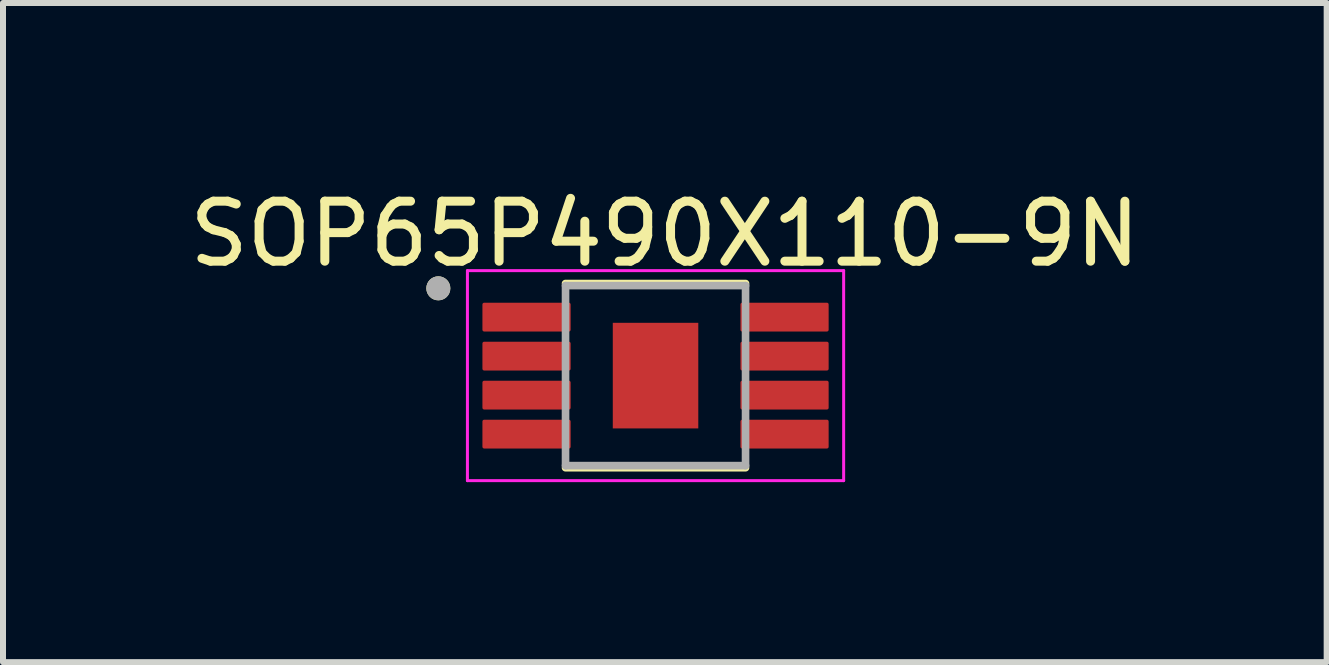
<source format=kicad_pcb>
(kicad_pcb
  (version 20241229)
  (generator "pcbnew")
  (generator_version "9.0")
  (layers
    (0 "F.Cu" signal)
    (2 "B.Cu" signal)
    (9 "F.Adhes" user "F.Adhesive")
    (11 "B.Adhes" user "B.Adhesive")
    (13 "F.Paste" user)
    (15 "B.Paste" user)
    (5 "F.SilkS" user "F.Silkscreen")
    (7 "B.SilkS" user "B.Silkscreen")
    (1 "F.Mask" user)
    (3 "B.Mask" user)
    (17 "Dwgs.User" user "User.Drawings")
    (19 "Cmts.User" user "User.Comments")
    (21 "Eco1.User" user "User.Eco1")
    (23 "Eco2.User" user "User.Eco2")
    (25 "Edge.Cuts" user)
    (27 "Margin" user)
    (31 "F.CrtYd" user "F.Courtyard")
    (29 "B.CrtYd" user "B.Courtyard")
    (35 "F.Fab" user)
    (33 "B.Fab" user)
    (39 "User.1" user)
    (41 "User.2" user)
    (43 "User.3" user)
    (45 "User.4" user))
  (footprint "SOP65P490X110-9N"
    (layer "F.Cu")
    (at 7.875 3.21)
    (property "Reference" "SOP65P490X110-9N" (at 0.155 -2.362 0) (layer "F.SilkS") (effects (font (size 1 1) (thickness 0.15))))
    (attr through_hole)
    (fp_line (start -1.5 -1.535) (end 1.5 -1.535) (stroke (width 0.127) (type solid)) (layer "F.SilkS"))
    (fp_line (start -1.5 1.535) (end 1.5 1.535) (stroke (width 0.127) (type solid)) (layer "F.SilkS"))
    (fp_circle (center -3.62 -1.455) (end -3.52 -1.455) (stroke (width 0.2) (type solid)) (fill no) (layer "F.SilkS"))
    (fp_poly (pts (xy -0.356 -0.44) (xy 0.356 -0.44) (xy 0.356 0.44) (xy -0.356 0.44)) (stroke (width 0.01) (type solid)) (fill yes) (layer "F.Paste"))
    (fp_line (start -3.135 -1.75) (end -3.135 1.75) (stroke (width 0.05) (type solid)) (layer "F.CrtYd"))
    (fp_line (start -3.135 -1.75) (end 3.135 -1.75) (stroke (width 0.05) (type solid)) (layer "F.CrtYd"))
    (fp_line (start -3.135 1.75) (end 3.135 1.75) (stroke (width 0.05) (type solid)) (layer "F.CrtYd"))
    (fp_line (start 3.135 -1.75) (end 3.135 1.75) (stroke (width 0.05) (type solid)) (layer "F.CrtYd"))
    (fp_line (start -1.5 -1.5) (end -1.5 1.5) (stroke (width 0.127) (type solid)) (layer "F.Fab"))
    (fp_line (start -1.5 -1.5) (end 1.5 -1.5) (stroke (width 0.127) (type solid)) (layer "F.Fab"))
    (fp_line (start -1.5 1.5) (end 1.5 1.5) (stroke (width 0.127) (type solid)) (layer "F.Fab"))
    (fp_line (start 1.5 -1.5) (end 1.5 1.5) (stroke (width 0.127) (type solid)) (layer "F.Fab"))
    (fp_circle (center -3.62 -1.455) (end -3.52 -1.455) (stroke (width 0.2) (type solid)) (fill no) (layer "F.Fab"))
    (pad "1" smd roundrect (at -2.15 -0.975) (size 1.47 0.48) (layers "F.Cu" "F.Mask" "F.Paste") (roundrect_rratio 0.06))
    (pad "2" smd roundrect (at -2.15 -0.325) (size 1.47 0.48) (layers "F.Cu" "F.Mask" "F.Paste") (roundrect_rratio 0.06))
    (pad "3" smd roundrect (at -2.15 0.325) (size 1.47 0.48) (layers "F.Cu" "F.Mask" "F.Paste") (roundrect_rratio 0.06))
    (pad "4" smd roundrect (at -2.15 0.975) (size 1.47 0.48) (layers "F.Cu" "F.Mask" "F.Paste") (roundrect_rratio 0.06))
    (pad "5" smd roundrect (at 2.15 0.975) (size 1.47 0.48) (layers "F.Cu" "F.Mask" "F.Paste") (roundrect_rratio 0.06))
    (pad "6" smd roundrect (at 2.15 0.325) (size 1.47 0.48) (layers "F.Cu" "F.Mask" "F.Paste") (roundrect_rratio 0.06))
    (pad "7" smd roundrect (at 2.15 -0.325) (size 1.47 0.48) (layers "F.Cu" "F.Mask" "F.Paste") (roundrect_rratio 0.06))
    (pad "8" smd roundrect (at 2.15 -0.975) (size 1.47 0.48) (layers "F.Cu" "F.Mask" "F.Paste") (roundrect_rratio 0.06))
    (pad "9" smd rect (at 0 0) (size 1.425 1.76) (layers "F.Cu" "F.Mask")))
  (gr_rect
    (start -3 -3)
    (end 19.06 7.985)
    (stroke (width 0.1) (type default))
    (fill no)
    (layer "Edge.Cuts")))
</source>
